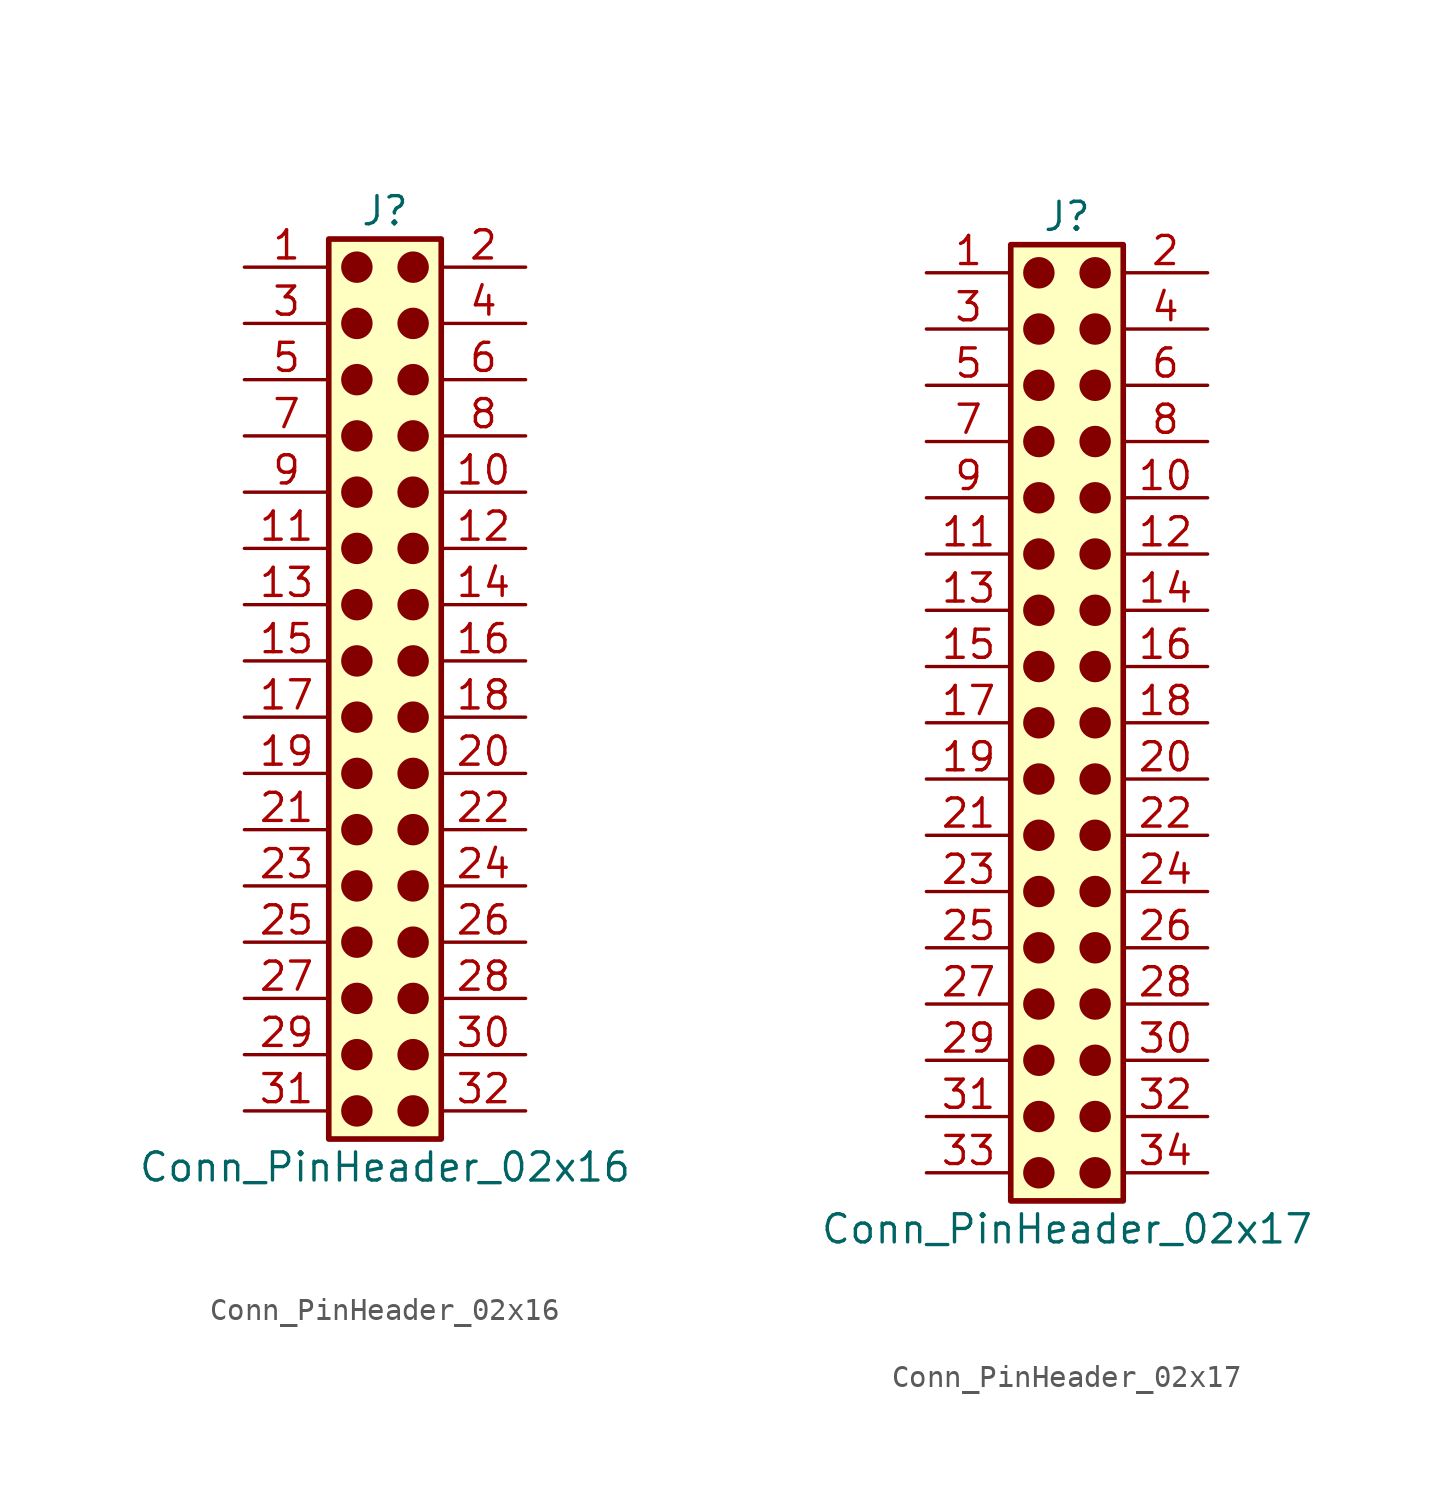
<source format=kicad_sym>
(kicad_symbol_lib
  (version 20241209)
  (generator "kicad_symbol_editor")
  (generator_version "9.0")
  (symbol "Conn_PinHeader_02x16"
    (pin_names
      (offset 1.016)
      (hide yes))
    (property "Reference" "J"
      (at 1.27 20.32 0)
      (effects (font (size 1.27 1.27))))
    (property "Value" "Conn_PinHeader_02x16"
      (at 1.27 -22.86 0)
      (effects (font (size 1.27 1.27))))
    (symbol "Conn_PinHeader_02x16_1_1"
      (rectangle (start -1.27 19.05) (end 3.81 -21.59) (stroke (width 0.254) (type default)) (fill (type background)))
      (circle (center 0 17.78) (radius 0.635) (stroke (width 0) (type solid) (color 132 0 0 1)) (fill (type outline)))
      (circle (center 0 15.24) (radius 0.635) (stroke (width 0) (type solid) (color 132 0 0 1)) (fill (type outline)))
      (circle (center 0 12.7) (radius 0.635) (stroke (width 0) (type solid) (color 132 0 0 1)) (fill (type outline)))
      (circle (center 0 10.16) (radius 0.635) (stroke (width 0) (type solid) (color 132 0 0 1)) (fill (type outline)))
      (circle (center 0 7.62) (radius 0.635) (stroke (width 0) (type solid) (color 132 0 0 1)) (fill (type outline)))
      (circle (center 0 5.08) (radius 0.635) (stroke (width 0) (type solid) (color 132 0 0 1)) (fill (type outline)))
      (circle (center 0 2.54) (radius 0.635) (stroke (width 0) (type solid) (color 132 0 0 1)) (fill (type outline)))
      (circle (center 0 0) (radius 0.635) (stroke (width 0) (type solid) (color 132 0 0 1)) (fill (type outline)))
      (circle (center 0 -2.54) (radius 0.635) (stroke (width 0) (type solid) (color 132 0 0 1)) (fill (type outline)))
      (circle (center 0 -5.08) (radius 0.635) (stroke (width 0) (type solid) (color 132 0 0 1)) (fill (type outline)))
      (circle (center 0 -7.62) (radius 0.635) (stroke (width 0) (type solid) (color 132 0 0 1)) (fill (type outline)))
      (circle (center 0 -10.16) (radius 0.635) (stroke (width 0) (type solid) (color 132 0 0 1)) (fill (type outline)))
      (circle (center 0 -12.7) (radius 0.635) (stroke (width 0) (type solid) (color 132 0 0 1)) (fill (type outline)))
      (circle (center 0 -15.24) (radius 0.635) (stroke (width 0) (type solid) (color 132 0 0 1)) (fill (type outline)))
      (circle (center 0 -17.78) (radius 0.635) (stroke (width 0) (type solid) (color 132 0 0 1)) (fill (type outline)))
      (circle (center 0 -20.32) (radius 0.635) (stroke (width 0) (type solid) (color 132 0 0 1)) (fill (type outline)))
      (circle (center 2.54 17.78) (radius 0.635) (stroke (width 0) (type solid) (color 132 0 0 1)) (fill (type outline)))
      (circle (center 2.54 15.24) (radius 0.635) (stroke (width 0) (type solid) (color 132 0 0 1)) (fill (type outline)))
      (circle (center 2.54 12.7) (radius 0.635) (stroke (width 0) (type solid) (color 132 0 0 1)) (fill (type outline)))
      (circle (center 2.54 10.16) (radius 0.635) (stroke (width 0) (type solid) (color 132 0 0 1)) (fill (type outline)))
      (circle (center 2.54 7.62) (radius 0.635) (stroke (width 0) (type solid) (color 132 0 0 1)) (fill (type outline)))
      (circle (center 2.54 5.08) (radius 0.635) (stroke (width 0) (type solid) (color 132 0 0 1)) (fill (type outline)))
      (circle (center 2.54 2.54) (radius 0.635) (stroke (width 0) (type solid) (color 132 0 0 1)) (fill (type outline)))
      (circle (center 2.54 0) (radius 0.635) (stroke (width 0) (type solid) (color 132 0 0 1)) (fill (type outline)))
      (circle (center 2.54 -2.54) (radius 0.635) (stroke (width 0) (type solid) (color 132 0 0 1)) (fill (type outline)))
      (circle (center 2.54 -5.08) (radius 0.635) (stroke (width 0) (type solid) (color 132 0 0 1)) (fill (type outline)))
      (circle (center 2.54 -7.62) (radius 0.635) (stroke (width 0) (type solid) (color 132 0 0 1)) (fill (type outline)))
      (circle (center 2.54 -10.16) (radius 0.635) (stroke (width 0) (type solid) (color 132 0 0 1)) (fill (type outline)))
      (circle (center 2.54 -12.7) (radius 0.635) (stroke (width 0) (type solid) (color 132 0 0 1)) (fill (type outline)))
      (circle (center 2.54 -15.24) (radius 0.635) (stroke (width 0) (type solid) (color 132 0 0 1)) (fill (type outline)))
      (circle (center 2.54 -17.78) (radius 0.635) (stroke (width 0) (type solid) (color 132 0 0 1)) (fill (type outline)))
      (circle (center 2.54 -20.32) (radius 0.635) (stroke (width 0) (type solid) (color 132 0 0 1)) (fill (type outline)))
      (pin passive line (at -5.08 17.78 0) (length 3.81) (name "Pin_1" (effects (font (size 1.27 1.27)))) (number "1" (effects (font (size 1.27 1.27)))))
      (pin passive line (at -5.08 15.24 0) (length 3.81) (name "Pin_3" (effects (font (size 1.27 1.27)))) (number "3" (effects (font (size 1.27 1.27)))))
      (pin passive line (at -5.08 12.7 0) (length 3.81) (name "Pin_5" (effects (font (size 1.27 1.27)))) (number "5" (effects (font (size 1.27 1.27)))))
      (pin passive line (at -5.08 10.16 0) (length 3.81) (name "Pin_7" (effects (font (size 1.27 1.27)))) (number "7" (effects (font (size 1.27 1.27)))))
      (pin passive line (at -5.08 7.62 0) (length 3.81) (name "Pin_9" (effects (font (size 1.27 1.27)))) (number "9" (effects (font (size 1.27 1.27)))))
      (pin passive line (at -5.08 5.08 0) (length 3.81) (name "Pin_11" (effects (font (size 1.27 1.27)))) (number "11" (effects (font (size 1.27 1.27)))))
      (pin passive line (at -5.08 2.54 0) (length 3.81) (name "Pin_13" (effects (font (size 1.27 1.27)))) (number "13" (effects (font (size 1.27 1.27)))))
      (pin passive line (at -5.08 0 0) (length 3.81) (name "Pin_15" (effects (font (size 1.27 1.27)))) (number "15" (effects (font (size 1.27 1.27)))))
      (pin passive line (at -5.08 -2.54 0) (length 3.81) (name "Pin_17" (effects (font (size 1.27 1.27)))) (number "17" (effects (font (size 1.27 1.27)))))
      (pin passive line (at -5.08 -5.08 0) (length 3.81) (name "Pin_19" (effects (font (size 1.27 1.27)))) (number "19" (effects (font (size 1.27 1.27)))))
      (pin passive line (at -5.08 -7.62 0) (length 3.81) (name "Pin_21" (effects (font (size 1.27 1.27)))) (number "21" (effects (font (size 1.27 1.27)))))
      (pin passive line (at -5.08 -10.16 0) (length 3.81) (name "Pin_23" (effects (font (size 1.27 1.27)))) (number "23" (effects (font (size 1.27 1.27)))))
      (pin passive line (at -5.08 -12.7 0) (length 3.81) (name "Pin_25" (effects (font (size 1.27 1.27)))) (number "25" (effects (font (size 1.27 1.27)))))
      (pin passive line (at -5.08 -15.24 0) (length 3.81) (name "Pin_27" (effects (font (size 1.27 1.27)))) (number "27" (effects (font (size 1.27 1.27)))))
      (pin passive line (at -5.08 -17.78 0) (length 3.81) (name "Pin_29" (effects (font (size 1.27 1.27)))) (number "29" (effects (font (size 1.27 1.27)))))
      (pin passive line (at -5.08 -20.32 0) (length 3.81) (name "Pin_31" (effects (font (size 1.27 1.27)))) (number "31" (effects (font (size 1.27 1.27)))))
      (pin passive line (at 7.62 17.78 180) (length 3.81) (name "Pin_2" (effects (font (size 1.27 1.27)))) (number "2" (effects (font (size 1.27 1.27)))))
      (pin passive line (at 7.62 15.24 180) (length 3.81) (name "Pin_4" (effects (font (size 1.27 1.27)))) (number "4" (effects (font (size 1.27 1.27)))))
      (pin passive line (at 7.62 12.7 180) (length 3.81) (name "Pin_6" (effects (font (size 1.27 1.27)))) (number "6" (effects (font (size 1.27 1.27)))))
      (pin passive line (at 7.62 10.16 180) (length 3.81) (name "Pin_8" (effects (font (size 1.27 1.27)))) (number "8" (effects (font (size 1.27 1.27)))))
      (pin passive line (at 7.62 7.62 180) (length 3.81) (name "Pin_10" (effects (font (size 1.27 1.27)))) (number "10" (effects (font (size 1.27 1.27)))))
      (pin passive line (at 7.62 5.08 180) (length 3.81) (name "Pin_12" (effects (font (size 1.27 1.27)))) (number "12" (effects (font (size 1.27 1.27)))))
      (pin passive line (at 7.62 2.54 180) (length 3.81) (name "Pin_14" (effects (font (size 1.27 1.27)))) (number "14" (effects (font (size 1.27 1.27)))))
      (pin passive line (at 7.62 0 180) (length 3.81) (name "Pin_16" (effects (font (size 1.27 1.27)))) (number "16" (effects (font (size 1.27 1.27)))))
      (pin passive line (at 7.62 -2.54 180) (length 3.81) (name "Pin_18" (effects (font (size 1.27 1.27)))) (number "18" (effects (font (size 1.27 1.27)))))
      (pin passive line (at 7.62 -5.08 180) (length 3.81) (name "Pin_20" (effects (font (size 1.27 1.27)))) (number "20" (effects (font (size 1.27 1.27)))))
      (pin passive line (at 7.62 -7.62 180) (length 3.81) (name "Pin_22" (effects (font (size 1.27 1.27)))) (number "22" (effects (font (size 1.27 1.27)))))
      (pin passive line (at 7.62 -10.16 180) (length 3.81) (name "Pin_24" (effects (font (size 1.27 1.27)))) (number "24" (effects (font (size 1.27 1.27)))))
      (pin passive line (at 7.62 -12.7 180) (length 3.81) (name "Pin_26" (effects (font (size 1.27 1.27)))) (number "26" (effects (font (size 1.27 1.27)))))
      (pin passive line (at 7.62 -15.24 180) (length 3.81) (name "Pin_28" (effects (font (size 1.27 1.27)))) (number "28" (effects (font (size 1.27 1.27)))))
      (pin passive line (at 7.62 -17.78 180) (length 3.81) (name "Pin_30" (effects (font (size 1.27 1.27)))) (number "30" (effects (font (size 1.27 1.27)))))
      (pin passive line (at 7.62 -20.32 180) (length 3.81) (name "Pin_32" (effects (font (size 1.27 1.27)))) (number "32" (effects (font (size 1.27 1.27)))))))
  (symbol "Conn_PinHeader_02x17"
    (pin_names
      (offset 1.016)
      (hide yes))
    (property "Reference" "J"
      (at 1.27 22.86 0)
      (effects (font (size 1.27 1.27))))
    (property "Value" "Conn_PinHeader_02x17"
      (at 1.27 -22.86 0)
      (effects (font (size 1.27 1.27))))
    (symbol "Conn_PinHeader_02x17_1_1"
      (rectangle (start -1.27 21.59) (end 3.81 -21.59) (stroke (width 0.254) (type default)) (fill (type background)))
      (circle (center 0 20.32) (radius 0.635) (stroke (width 0) (type solid) (color 132 0 0 1)) (fill (type outline)))
      (circle (center 0 17.78) (radius 0.635) (stroke (width 0) (type solid) (color 132 0 0 1)) (fill (type outline)))
      (circle (center 0 15.24) (radius 0.635) (stroke (width 0) (type solid) (color 132 0 0 1)) (fill (type outline)))
      (circle (center 0 12.7) (radius 0.635) (stroke (width 0) (type solid) (color 132 0 0 1)) (fill (type outline)))
      (circle (center 0 10.16) (radius 0.635) (stroke (width 0) (type solid) (color 132 0 0 1)) (fill (type outline)))
      (circle (center 0 7.62) (radius 0.635) (stroke (width 0) (type solid) (color 132 0 0 1)) (fill (type outline)))
      (circle (center 0 5.08) (radius 0.635) (stroke (width 0) (type solid) (color 132 0 0 1)) (fill (type outline)))
      (circle (center 0 2.54) (radius 0.635) (stroke (width 0) (type solid) (color 132 0 0 1)) (fill (type outline)))
      (circle (center 0 0) (radius 0.635) (stroke (width 0) (type solid) (color 132 0 0 1)) (fill (type outline)))
      (circle (center 0 -2.54) (radius 0.635) (stroke (width 0) (type solid) (color 132 0 0 1)) (fill (type outline)))
      (circle (center 0 -5.08) (radius 0.635) (stroke (width 0) (type solid) (color 132 0 0 1)) (fill (type outline)))
      (circle (center 0 -7.62) (radius 0.635) (stroke (width 0) (type solid) (color 132 0 0 1)) (fill (type outline)))
      (circle (center 0 -10.16) (radius 0.635) (stroke (width 0) (type solid) (color 132 0 0 1)) (fill (type outline)))
      (circle (center 0 -12.7) (radius 0.635) (stroke (width 0) (type solid) (color 132 0 0 1)) (fill (type outline)))
      (circle (center 0 -15.24) (radius 0.635) (stroke (width 0) (type solid) (color 132 0 0 1)) (fill (type outline)))
      (circle (center 0 -17.78) (radius 0.635) (stroke (width 0) (type solid) (color 132 0 0 1)) (fill (type outline)))
      (circle (center 0 -20.32) (radius 0.635) (stroke (width 0) (type solid) (color 132 0 0 1)) (fill (type outline)))
      (circle (center 2.54 20.32) (radius 0.635) (stroke (width 0) (type solid) (color 132 0 0 1)) (fill (type outline)))
      (circle (center 2.54 17.78) (radius 0.635) (stroke (width 0) (type solid) (color 132 0 0 1)) (fill (type outline)))
      (circle (center 2.54 15.24) (radius 0.635) (stroke (width 0) (type solid) (color 132 0 0 1)) (fill (type outline)))
      (circle (center 2.54 12.7) (radius 0.635) (stroke (width 0) (type solid) (color 132 0 0 1)) (fill (type outline)))
      (circle (center 2.54 10.16) (radius 0.635) (stroke (width 0) (type solid) (color 132 0 0 1)) (fill (type outline)))
      (circle (center 2.54 7.62) (radius 0.635) (stroke (width 0) (type solid) (color 132 0 0 1)) (fill (type outline)))
      (circle (center 2.54 5.08) (radius 0.635) (stroke (width 0) (type solid) (color 132 0 0 1)) (fill (type outline)))
      (circle (center 2.54 2.54) (radius 0.635) (stroke (width 0) (type solid) (color 132 0 0 1)) (fill (type outline)))
      (circle (center 2.54 0) (radius 0.635) (stroke (width 0) (type solid) (color 132 0 0 1)) (fill (type outline)))
      (circle (center 2.54 -2.54) (radius 0.635) (stroke (width 0) (type solid) (color 132 0 0 1)) (fill (type outline)))
      (circle (center 2.54 -5.08) (radius 0.635) (stroke (width 0) (type solid) (color 132 0 0 1)) (fill (type outline)))
      (circle (center 2.54 -7.62) (radius 0.635) (stroke (width 0) (type solid) (color 132 0 0 1)) (fill (type outline)))
      (circle (center 2.54 -10.16) (radius 0.635) (stroke (width 0) (type solid) (color 132 0 0 1)) (fill (type outline)))
      (circle (center 2.54 -12.7) (radius 0.635) (stroke (width 0) (type solid) (color 132 0 0 1)) (fill (type outline)))
      (circle (center 2.54 -15.24) (radius 0.635) (stroke (width 0) (type solid) (color 132 0 0 1)) (fill (type outline)))
      (circle (center 2.54 -17.78) (radius 0.635) (stroke (width 0) (type solid) (color 132 0 0 1)) (fill (type outline)))
      (circle (center 2.54 -20.32) (radius 0.635) (stroke (width 0) (type solid) (color 132 0 0 1)) (fill (type outline)))
      (pin passive line (at -5.08 20.32 0) (length 3.81) (name "Pin_1" (effects (font (size 1.27 1.27)))) (number "1" (effects (font (size 1.27 1.27)))))
      (pin passive line (at -5.08 17.78 0) (length 3.81) (name "Pin_3" (effects (font (size 1.27 1.27)))) (number "3" (effects (font (size 1.27 1.27)))))
      (pin passive line (at -5.08 15.24 0) (length 3.81) (name "Pin_5" (effects (font (size 1.27 1.27)))) (number "5" (effects (font (size 1.27 1.27)))))
      (pin passive line (at -5.08 12.7 0) (length 3.81) (name "Pin_7" (effects (font (size 1.27 1.27)))) (number "7" (effects (font (size 1.27 1.27)))))
      (pin passive line (at -5.08 10.16 0) (length 3.81) (name "Pin_9" (effects (font (size 1.27 1.27)))) (number "9" (effects (font (size 1.27 1.27)))))
      (pin passive line (at -5.08 7.62 0) (length 3.81) (name "Pin_11" (effects (font (size 1.27 1.27)))) (number "11" (effects (font (size 1.27 1.27)))))
      (pin passive line (at -5.08 5.08 0) (length 3.81) (name "Pin_13" (effects (font (size 1.27 1.27)))) (number "13" (effects (font (size 1.27 1.27)))))
      (pin passive line (at -5.08 2.54 0) (length 3.81) (name "Pin_15" (effects (font (size 1.27 1.27)))) (number "15" (effects (font (size 1.27 1.27)))))
      (pin passive line (at -5.08 0 0) (length 3.81) (name "Pin_17" (effects (font (size 1.27 1.27)))) (number "17" (effects (font (size 1.27 1.27)))))
      (pin passive line (at -5.08 -2.54 0) (length 3.81) (name "Pin_19" (effects (font (size 1.27 1.27)))) (number "19" (effects (font (size 1.27 1.27)))))
      (pin passive line (at -5.08 -5.08 0) (length 3.81) (name "Pin_21" (effects (font (size 1.27 1.27)))) (number "21" (effects (font (size 1.27 1.27)))))
      (pin passive line (at -5.08 -7.62 0) (length 3.81) (name "Pin_23" (effects (font (size 1.27 1.27)))) (number "23" (effects (font (size 1.27 1.27)))))
      (pin passive line (at -5.08 -10.16 0) (length 3.81) (name "Pin_25" (effects (font (size 1.27 1.27)))) (number "25" (effects (font (size 1.27 1.27)))))
      (pin passive line (at -5.08 -12.7 0) (length 3.81) (name "Pin_27" (effects (font (size 1.27 1.27)))) (number "27" (effects (font (size 1.27 1.27)))))
      (pin passive line (at -5.08 -15.24 0) (length 3.81) (name "Pin_29" (effects (font (size 1.27 1.27)))) (number "29" (effects (font (size 1.27 1.27)))))
      (pin passive line (at -5.08 -17.78 0) (length 3.81) (name "Pin_31" (effects (font (size 1.27 1.27)))) (number "31" (effects (font (size 1.27 1.27)))))
      (pin passive line (at -5.08 -20.32 0) (length 3.81) (name "Pin_33" (effects (font (size 1.27 1.27)))) (number "33" (effects (font (size 1.27 1.27)))))
      (pin passive line (at 7.62 20.32 180) (length 3.81) (name "Pin_2" (effects (font (size 1.27 1.27)))) (number "2" (effects (font (size 1.27 1.27)))))
      (pin passive line (at 7.62 17.78 180) (length 3.81) (name "Pin_4" (effects (font (size 1.27 1.27)))) (number "4" (effects (font (size 1.27 1.27)))))
      (pin passive line (at 7.62 15.24 180) (length 3.81) (name "Pin_6" (effects (font (size 1.27 1.27)))) (number "6" (effects (font (size 1.27 1.27)))))
      (pin passive line (at 7.62 12.7 180) (length 3.81) (name "Pin_8" (effects (font (size 1.27 1.27)))) (number "8" (effects (font (size 1.27 1.27)))))
      (pin passive line (at 7.62 10.16 180) (length 3.81) (name "Pin_10" (effects (font (size 1.27 1.27)))) (number "10" (effects (font (size 1.27 1.27)))))
      (pin passive line (at 7.62 7.62 180) (length 3.81) (name "Pin_12" (effects (font (size 1.27 1.27)))) (number "12" (effects (font (size 1.27 1.27)))))
      (pin passive line (at 7.62 5.08 180) (length 3.81) (name "Pin_14" (effects (font (size 1.27 1.27)))) (number "14" (effects (font (size 1.27 1.27)))))
      (pin passive line (at 7.62 2.54 180) (length 3.81) (name "Pin_16" (effects (font (size 1.27 1.27)))) (number "16" (effects (font (size 1.27 1.27)))))
      (pin passive line (at 7.62 0 180) (length 3.81) (name "Pin_18" (effects (font (size 1.27 1.27)))) (number "18" (effects (font (size 1.27 1.27)))))
      (pin passive line (at 7.62 -2.54 180) (length 3.81) (name "Pin_20" (effects (font (size 1.27 1.27)))) (number "20" (effects (font (size 1.27 1.27)))))
      (pin passive line (at 7.62 -5.08 180) (length 3.81) (name "Pin_22" (effects (font (size 1.27 1.27)))) (number "22" (effects (font (size 1.27 1.27)))))
      (pin passive line (at 7.62 -7.62 180) (length 3.81) (name "Pin_24" (effects (font (size 1.27 1.27)))) (number "24" (effects (font (size 1.27 1.27)))))
      (pin passive line (at 7.62 -10.16 180) (length 3.81) (name "Pin_26" (effects (font (size 1.27 1.27)))) (number "26" (effects (font (size 1.27 1.27)))))
      (pin passive line (at 7.62 -12.7 180) (length 3.81) (name "Pin_28" (effects (font (size 1.27 1.27)))) (number "28" (effects (font (size 1.27 1.27)))))
      (pin passive line (at 7.62 -15.24 180) (length 3.81) (name "Pin_30" (effects (font (size 1.27 1.27)))) (number "30" (effects (font (size 1.27 1.27)))))
      (pin passive line (at 7.62 -17.78 180) (length 3.81) (name "Pin_32" (effects (font (size 1.27 1.27)))) (number "32" (effects (font (size 1.27 1.27)))))
      (pin passive line (at 7.62 -20.32 180) (length 3.81) (name "Pin_34" (effects (font (size 1.27 1.27)))) (number "34" (effects (font (size 1.27 1.27))))))))
</source>
